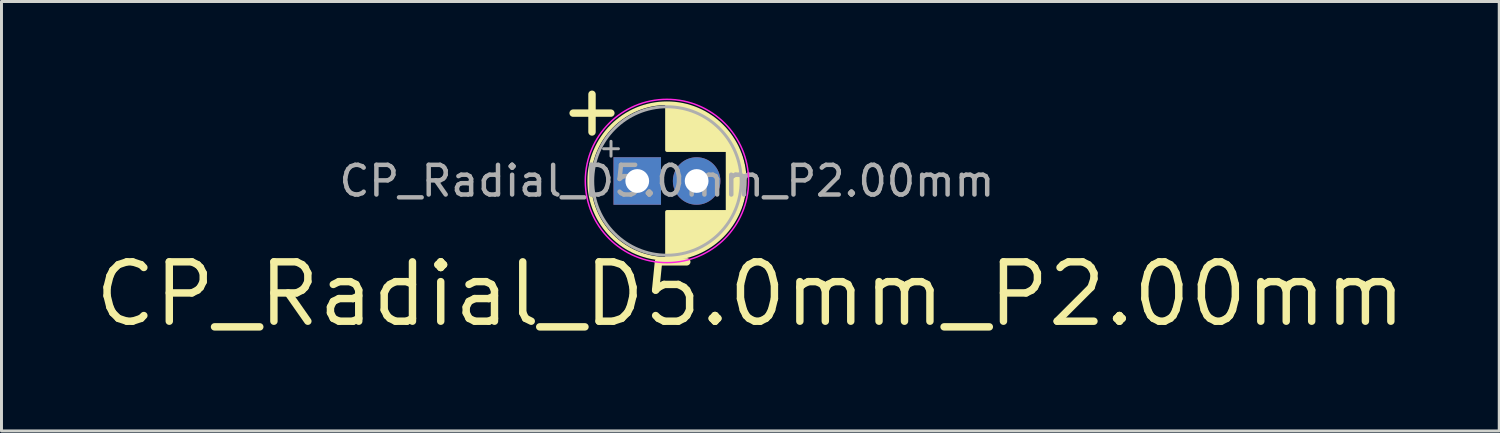
<source format=kicad_pcb>
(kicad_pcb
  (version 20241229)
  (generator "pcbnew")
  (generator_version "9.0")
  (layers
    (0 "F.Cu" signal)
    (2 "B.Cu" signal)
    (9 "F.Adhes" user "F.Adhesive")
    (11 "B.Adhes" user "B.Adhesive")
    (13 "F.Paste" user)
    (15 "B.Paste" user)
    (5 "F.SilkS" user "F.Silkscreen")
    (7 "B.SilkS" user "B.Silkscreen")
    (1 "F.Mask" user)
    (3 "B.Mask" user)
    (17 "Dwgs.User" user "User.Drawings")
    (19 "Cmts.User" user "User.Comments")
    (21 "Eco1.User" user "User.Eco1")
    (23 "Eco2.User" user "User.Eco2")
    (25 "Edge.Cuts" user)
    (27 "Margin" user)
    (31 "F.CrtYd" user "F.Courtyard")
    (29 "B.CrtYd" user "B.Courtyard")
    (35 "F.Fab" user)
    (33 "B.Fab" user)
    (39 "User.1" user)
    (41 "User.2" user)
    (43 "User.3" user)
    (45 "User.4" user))
  (footprint "CP_Radial_D5.0mm_P2.00mm"
    (layer "F.Cu")
    (at 18.413 3.046)
    (property "Reference" "CP_Radial_D5.0mm_P2.00mm" (at 3.81 3.81 0) (layer "F.SilkS") (effects (font (size 2 2) (thickness 0.25))))
    (attr through_hole)
    (fp_line (start -1.524 -2.921) (end -1.524 -1.651) (stroke (width 0.25) (type solid)) (layer "F.SilkS"))
    (fp_line (start -0.889 -2.286) (end -2.159 -2.286) (stroke (width 0.25) (type solid)) (layer "F.SilkS"))
    (fp_line (start 1 -2.58) (end 1 -1.04) (stroke (width 0.12) (type solid)) (layer "F.SilkS"))
    (fp_line (start 1 1.04) (end 1 2.58) (stroke (width 0.12) (type solid)) (layer "F.SilkS"))
    (fp_line (start 1.04 -2.58) (end 1.04 -1.04) (stroke (width 0.12) (type solid)) (layer "F.SilkS"))
    (fp_line (start 1.04 1.04) (end 1.04 2.58) (stroke (width 0.12) (type solid)) (layer "F.SilkS"))
    (fp_line (start 1.08 -2.579) (end 1.08 -1.04) (stroke (width 0.12) (type solid)) (layer "F.SilkS"))
    (fp_line (start 1.08 1.04) (end 1.08 2.579) (stroke (width 0.12) (type solid)) (layer "F.SilkS"))
    (fp_line (start 1.12 -2.578) (end 1.12 -1.04) (stroke (width 0.12) (type solid)) (layer "F.SilkS"))
    (fp_line (start 1.12 1.04) (end 1.12 2.578) (stroke (width 0.12) (type solid)) (layer "F.SilkS"))
    (fp_line (start 1.16 -2.576) (end 1.16 -1.04) (stroke (width 0.12) (type solid)) (layer "F.SilkS"))
    (fp_line (start 1.16 1.04) (end 1.16 2.576) (stroke (width 0.12) (type solid)) (layer "F.SilkS"))
    (fp_line (start 1.2 -2.573) (end 1.2 -1.04) (stroke (width 0.12) (type solid)) (layer "F.SilkS"))
    (fp_line (start 1.2 1.04) (end 1.2 2.573) (stroke (width 0.12) (type solid)) (layer "F.SilkS"))
    (fp_line (start 1.24 -2.569) (end 1.24 -1.04) (stroke (width 0.12) (type solid)) (layer "F.SilkS"))
    (fp_line (start 1.24 1.04) (end 1.24 2.569) (stroke (width 0.12) (type solid)) (layer "F.SilkS"))
    (fp_line (start 1.28 -2.565) (end 1.28 -1.04) (stroke (width 0.12) (type solid)) (layer "F.SilkS"))
    (fp_line (start 1.28 1.04) (end 1.28 2.565) (stroke (width 0.12) (type solid)) (layer "F.SilkS"))
    (fp_line (start 1.32 -2.561) (end 1.32 -1.04) (stroke (width 0.12) (type solid)) (layer "F.SilkS"))
    (fp_line (start 1.32 1.04) (end 1.32 2.561) (stroke (width 0.12) (type solid)) (layer "F.SilkS"))
    (fp_line (start 1.36 -2.556) (end 1.36 -1.04) (stroke (width 0.12) (type solid)) (layer "F.SilkS"))
    (fp_line (start 1.36 1.04) (end 1.36 2.556) (stroke (width 0.12) (type solid)) (layer "F.SilkS"))
    (fp_line (start 1.4 -2.55) (end 1.4 -1.04) (stroke (width 0.12) (type solid)) (layer "F.SilkS"))
    (fp_line (start 1.4 1.04) (end 1.4 2.55) (stroke (width 0.12) (type solid)) (layer "F.SilkS"))
    (fp_line (start 1.44 -2.543) (end 1.44 -1.04) (stroke (width 0.12) (type solid)) (layer "F.SilkS"))
    (fp_line (start 1.44 1.04) (end 1.44 2.543) (stroke (width 0.12) (type solid)) (layer "F.SilkS"))
    (fp_line (start 1.48 -2.536) (end 1.48 -1.04) (stroke (width 0.12) (type solid)) (layer "F.SilkS"))
    (fp_line (start 1.48 1.04) (end 1.48 2.536) (stroke (width 0.12) (type solid)) (layer "F.SilkS"))
    (fp_line (start 1.52 -2.528) (end 1.52 -1.04) (stroke (width 0.12) (type solid)) (layer "F.SilkS"))
    (fp_line (start 1.52 1.04) (end 1.52 2.528) (stroke (width 0.12) (type solid)) (layer "F.SilkS"))
    (fp_line (start 1.56 -2.52) (end 1.56 -1.04) (stroke (width 0.12) (type solid)) (layer "F.SilkS"))
    (fp_line (start 1.56 1.04) (end 1.56 2.52) (stroke (width 0.12) (type solid)) (layer "F.SilkS"))
    (fp_line (start 1.6 -2.511) (end 1.6 -1.04) (stroke (width 0.12) (type solid)) (layer "F.SilkS"))
    (fp_line (start 1.6 1.04) (end 1.6 2.511) (stroke (width 0.12) (type solid)) (layer "F.SilkS"))
    (fp_line (start 1.64 -2.501) (end 1.64 -1.04) (stroke (width 0.12) (type solid)) (layer "F.SilkS"))
    (fp_line (start 1.64 1.04) (end 1.64 2.501) (stroke (width 0.12) (type solid)) (layer "F.SilkS"))
    (fp_line (start 1.68 -2.491) (end 1.68 -1.04) (stroke (width 0.12) (type solid)) (layer "F.SilkS"))
    (fp_line (start 1.68 1.04) (end 1.68 2.491) (stroke (width 0.12) (type solid)) (layer "F.SilkS"))
    (fp_line (start 1.721 -2.48) (end 1.721 -1.04) (stroke (width 0.12) (type solid)) (layer "F.SilkS"))
    (fp_line (start 1.721 1.04) (end 1.721 2.48) (stroke (width 0.12) (type solid)) (layer "F.SilkS"))
    (fp_line (start 1.761 -2.468) (end 1.761 -1.04) (stroke (width 0.12) (type solid)) (layer "F.SilkS"))
    (fp_line (start 1.761 1.04) (end 1.761 2.468) (stroke (width 0.12) (type solid)) (layer "F.SilkS"))
    (fp_line (start 1.801 -2.455) (end 1.801 -1.04) (stroke (width 0.12) (type solid)) (layer "F.SilkS"))
    (fp_line (start 1.801 1.04) (end 1.801 2.455) (stroke (width 0.12) (type solid)) (layer "F.SilkS"))
    (fp_line (start 1.841 -2.442) (end 1.841 -1.04) (stroke (width 0.12) (type solid)) (layer "F.SilkS"))
    (fp_line (start 1.841 1.04) (end 1.841 2.442) (stroke (width 0.12) (type solid)) (layer "F.SilkS"))
    (fp_line (start 1.881 -2.428) (end 1.881 -1.04) (stroke (width 0.12) (type solid)) (layer "F.SilkS"))
    (fp_line (start 1.881 1.04) (end 1.881 2.428) (stroke (width 0.12) (type solid)) (layer "F.SilkS"))
    (fp_line (start 1.921 -2.414) (end 1.921 -1.04) (stroke (width 0.12) (type solid)) (layer "F.SilkS"))
    (fp_line (start 1.921 1.04) (end 1.921 2.414) (stroke (width 0.12) (type solid)) (layer "F.SilkS"))
    (fp_line (start 1.961 -2.398) (end 1.961 -1.04) (stroke (width 0.12) (type solid)) (layer "F.SilkS"))
    (fp_line (start 1.961 1.04) (end 1.961 2.398) (stroke (width 0.12) (type solid)) (layer "F.SilkS"))
    (fp_line (start 2.001 -2.382) (end 2.001 -1.04) (stroke (width 0.12) (type solid)) (layer "F.SilkS"))
    (fp_line (start 2.001 1.04) (end 2.001 2.382) (stroke (width 0.12) (type solid)) (layer "F.SilkS"))
    (fp_line (start 2.041 -2.365) (end 2.041 -1.04) (stroke (width 0.12) (type solid)) (layer "F.SilkS"))
    (fp_line (start 2.041 1.04) (end 2.041 2.365) (stroke (width 0.12) (type solid)) (layer "F.SilkS"))
    (fp_line (start 2.081 -2.348) (end 2.081 -1.04) (stroke (width 0.12) (type solid)) (layer "F.SilkS"))
    (fp_line (start 2.081 1.04) (end 2.081 2.348) (stroke (width 0.12) (type solid)) (layer "F.SilkS"))
    (fp_line (start 2.121 -2.329) (end 2.121 -1.04) (stroke (width 0.12) (type solid)) (layer "F.SilkS"))
    (fp_line (start 2.121 1.04) (end 2.121 2.329) (stroke (width 0.12) (type solid)) (layer "F.SilkS"))
    (fp_line (start 2.161 -2.31) (end 2.161 -1.04) (stroke (width 0.12) (type solid)) (layer "F.SilkS"))
    (fp_line (start 2.161 1.04) (end 2.161 2.31) (stroke (width 0.12) (type solid)) (layer "F.SilkS"))
    (fp_line (start 2.201 -2.29) (end 2.201 -1.04) (stroke (width 0.12) (type solid)) (layer "F.SilkS"))
    (fp_line (start 2.201 1.04) (end 2.201 2.29) (stroke (width 0.12) (type solid)) (layer "F.SilkS"))
    (fp_line (start 2.241 -2.268) (end 2.241 -1.04) (stroke (width 0.12) (type solid)) (layer "F.SilkS"))
    (fp_line (start 2.241 1.04) (end 2.241 2.268) (stroke (width 0.12) (type solid)) (layer "F.SilkS"))
    (fp_line (start 2.281 -2.247) (end 2.281 -1.04) (stroke (width 0.12) (type solid)) (layer "F.SilkS"))
    (fp_line (start 2.281 1.04) (end 2.281 2.247) (stroke (width 0.12) (type solid)) (layer "F.SilkS"))
    (fp_line (start 2.321 -2.224) (end 2.321 -1.04) (stroke (width 0.12) (type solid)) (layer "F.SilkS"))
    (fp_line (start 2.321 1.04) (end 2.321 2.224) (stroke (width 0.12) (type solid)) (layer "F.SilkS"))
    (fp_line (start 2.361 -2.2) (end 2.361 -1.04) (stroke (width 0.12) (type solid)) (layer "F.SilkS"))
    (fp_line (start 2.361 1.04) (end 2.361 2.2) (stroke (width 0.12) (type solid)) (layer "F.SilkS"))
    (fp_line (start 2.401 -2.175) (end 2.401 -1.04) (stroke (width 0.12) (type solid)) (layer "F.SilkS"))
    (fp_line (start 2.401 1.04) (end 2.401 2.175) (stroke (width 0.12) (type solid)) (layer "F.SilkS"))
    (fp_line (start 2.441 -2.149) (end 2.441 -1.04) (stroke (width 0.12) (type solid)) (layer "F.SilkS"))
    (fp_line (start 2.441 1.04) (end 2.441 2.149) (stroke (width 0.12) (type solid)) (layer "F.SilkS"))
    (fp_line (start 2.481 -2.122) (end 2.481 -1.04) (stroke (width 0.12) (type solid)) (layer "F.SilkS"))
    (fp_line (start 2.481 1.04) (end 2.481 2.122) (stroke (width 0.12) (type solid)) (layer "F.SilkS"))
    (fp_line (start 2.521 -2.095) (end 2.521 -1.04) (stroke (width 0.12) (type solid)) (layer "F.SilkS"))
    (fp_line (start 2.521 1.04) (end 2.521 2.095) (stroke (width 0.12) (type solid)) (layer "F.SilkS"))
    (fp_line (start 2.561 -2.065) (end 2.561 -1.04) (stroke (width 0.12) (type solid)) (layer "F.SilkS"))
    (fp_line (start 2.561 1.04) (end 2.561 2.065) (stroke (width 0.12) (type solid)) (layer "F.SilkS"))
    (fp_line (start 2.601 -2.035) (end 2.601 -1.04) (stroke (width 0.12) (type solid)) (layer "F.SilkS"))
    (fp_line (start 2.601 1.04) (end 2.601 2.035) (stroke (width 0.12) (type solid)) (layer "F.SilkS"))
    (fp_line (start 2.641 -2.004) (end 2.641 -1.04) (stroke (width 0.12) (type solid)) (layer "F.SilkS"))
    (fp_line (start 2.641 1.04) (end 2.641 2.004) (stroke (width 0.12) (type solid)) (layer "F.SilkS"))
    (fp_line (start 2.681 -1.971) (end 2.681 -1.04) (stroke (width 0.12) (type solid)) (layer "F.SilkS"))
    (fp_line (start 2.681 1.04) (end 2.681 1.971) (stroke (width 0.12) (type solid)) (layer "F.SilkS"))
    (fp_line (start 2.721 -1.937) (end 2.721 -1.04) (stroke (width 0.12) (type solid)) (layer "F.SilkS"))
    (fp_line (start 2.721 1.04) (end 2.721 1.937) (stroke (width 0.12) (type solid)) (layer "F.SilkS"))
    (fp_line (start 2.761 -1.901) (end 2.761 -1.04) (stroke (width 0.12) (type solid)) (layer "F.SilkS"))
    (fp_line (start 2.761 1.04) (end 2.761 1.901) (stroke (width 0.12) (type solid)) (layer "F.SilkS"))
    (fp_line (start 2.801 -1.864) (end 2.801 -1.04) (stroke (width 0.12) (type solid)) (layer "F.SilkS"))
    (fp_line (start 2.801 1.04) (end 2.801 1.864) (stroke (width 0.12) (type solid)) (layer "F.SilkS"))
    (fp_line (start 2.841 -1.826) (end 2.841 -1.04) (stroke (width 0.12) (type solid)) (layer "F.SilkS"))
    (fp_line (start 2.841 1.04) (end 2.841 1.826) (stroke (width 0.12) (type solid)) (layer "F.SilkS"))
    (fp_line (start 2.881 -1.785) (end 2.881 -1.04) (stroke (width 0.12) (type solid)) (layer "F.SilkS"))
    (fp_line (start 2.881 1.04) (end 2.881 1.785) (stroke (width 0.12) (type solid)) (layer "F.SilkS"))
    (fp_line (start 2.921 -1.743) (end 2.921 -1.04) (stroke (width 0.12) (type solid)) (layer "F.SilkS"))
    (fp_line (start 2.921 1.04) (end 2.921 1.743) (stroke (width 0.12) (type solid)) (layer "F.SilkS"))
    (fp_line (start 2.961 -1.699) (end 2.961 -1.04) (stroke (width 0.12) (type solid)) (layer "F.SilkS"))
    (fp_line (start 2.961 1.04) (end 2.961 1.699) (stroke (width 0.12) (type solid)) (layer "F.SilkS"))
    (fp_line (start 3.001 -1.653) (end 3.001 -1.04) (stroke (width 0.12) (type solid)) (layer "F.SilkS"))
    (fp_line (start 3.001 1.04) (end 3.001 1.653) (stroke (width 0.12) (type solid)) (layer "F.SilkS"))
    (fp_line (start 3.041 -1.605) (end 3.041 1.605) (stroke (width 0.12) (type solid)) (layer "F.SilkS"))
    (fp_line (start 3.081 -1.554) (end 3.081 1.554) (stroke (width 0.12) (type solid)) (layer "F.SilkS"))
    (fp_line (start 3.121 -1.5) (end 3.121 1.5) (stroke (width 0.12) (type solid)) (layer "F.SilkS"))
    (fp_line (start 3.161 -1.443) (end 3.161 1.443) (stroke (width 0.12) (type solid)) (layer "F.SilkS"))
    (fp_line (start 3.201 -1.383) (end 3.201 1.383) (stroke (width 0.12) (type solid)) (layer "F.SilkS"))
    (fp_line (start 3.241 -1.319) (end 3.241 1.319) (stroke (width 0.12) (type solid)) (layer "F.SilkS"))
    (fp_line (start 3.281 -1.251) (end 3.281 1.251) (stroke (width 0.12) (type solid)) (layer "F.SilkS"))
    (fp_line (start 3.321 -1.178) (end 3.321 1.178) (stroke (width 0.12) (type solid)) (layer "F.SilkS"))
    (fp_line (start 3.361 -1.098) (end 3.361 1.098) (stroke (width 0.12) (type solid)) (layer "F.SilkS"))
    (fp_line (start 3.401 -1.011) (end 3.401 1.011) (stroke (width 0.12) (type solid)) (layer "F.SilkS"))
    (fp_line (start 3.441 -0.915) (end 3.441 0.915) (stroke (width 0.12) (type solid)) (layer "F.SilkS"))
    (fp_line (start 3.481 -0.805) (end 3.481 0.805) (stroke (width 0.12) (type solid)) (layer "F.SilkS"))
    (fp_line (start 3.521 -0.677) (end 3.521 0.677) (stroke (width 0.12) (type solid)) (layer "F.SilkS"))
    (fp_line (start 3.561 -0.518) (end 3.561 0.518) (stroke (width 0.12) (type solid)) (layer "F.SilkS"))
    (fp_line (start 3.601 -0.284) (end 3.601 0.284) (stroke (width 0.12) (type solid)) (layer "F.SilkS"))
    (fp_circle (center 1 0) (end 3.62 0) (stroke (width 0.12) (type solid)) (fill no) (layer "F.SilkS"))
    (fp_circle (center 1 0) (end 3.75 0) (stroke (width 0.05) (type solid)) (fill no) (layer "F.CrtYd"))
    (fp_line (start -1.134 -1.087) (end -0.634 -1.087) (stroke (width 0.1) (type solid)) (layer "F.Fab"))
    (fp_line (start -0.884 -1.337) (end -0.884 -0.838) (stroke (width 0.1) (type solid)) (layer "F.Fab"))
    (fp_circle (center 1 0) (end 3.5 0) (stroke (width 0.1) (type solid)) (fill no) (layer "F.Fab"))
    (fp_text user "${REFERENCE}" (at 1 0 0) (layer "F.Fab") (effects (font (size 1 1) (thickness 0.15))))
    (pad "1" thru_hole rect (at 0 0) (size 1.6 1.6) (drill 0.8) (layers "*.Cu" "*.Mask"))
    (pad "2" thru_hole circle (at 2 0) (size 1.6 1.6) (drill 0.8) (layers "*.Cu" "*.Mask")))
  (gr_rect
    (start -3 -3)
    (end 47.445 11.465)
    (stroke (width 0.1) (type default))
    (fill no)
    (layer "Edge.Cuts")))
</source>
